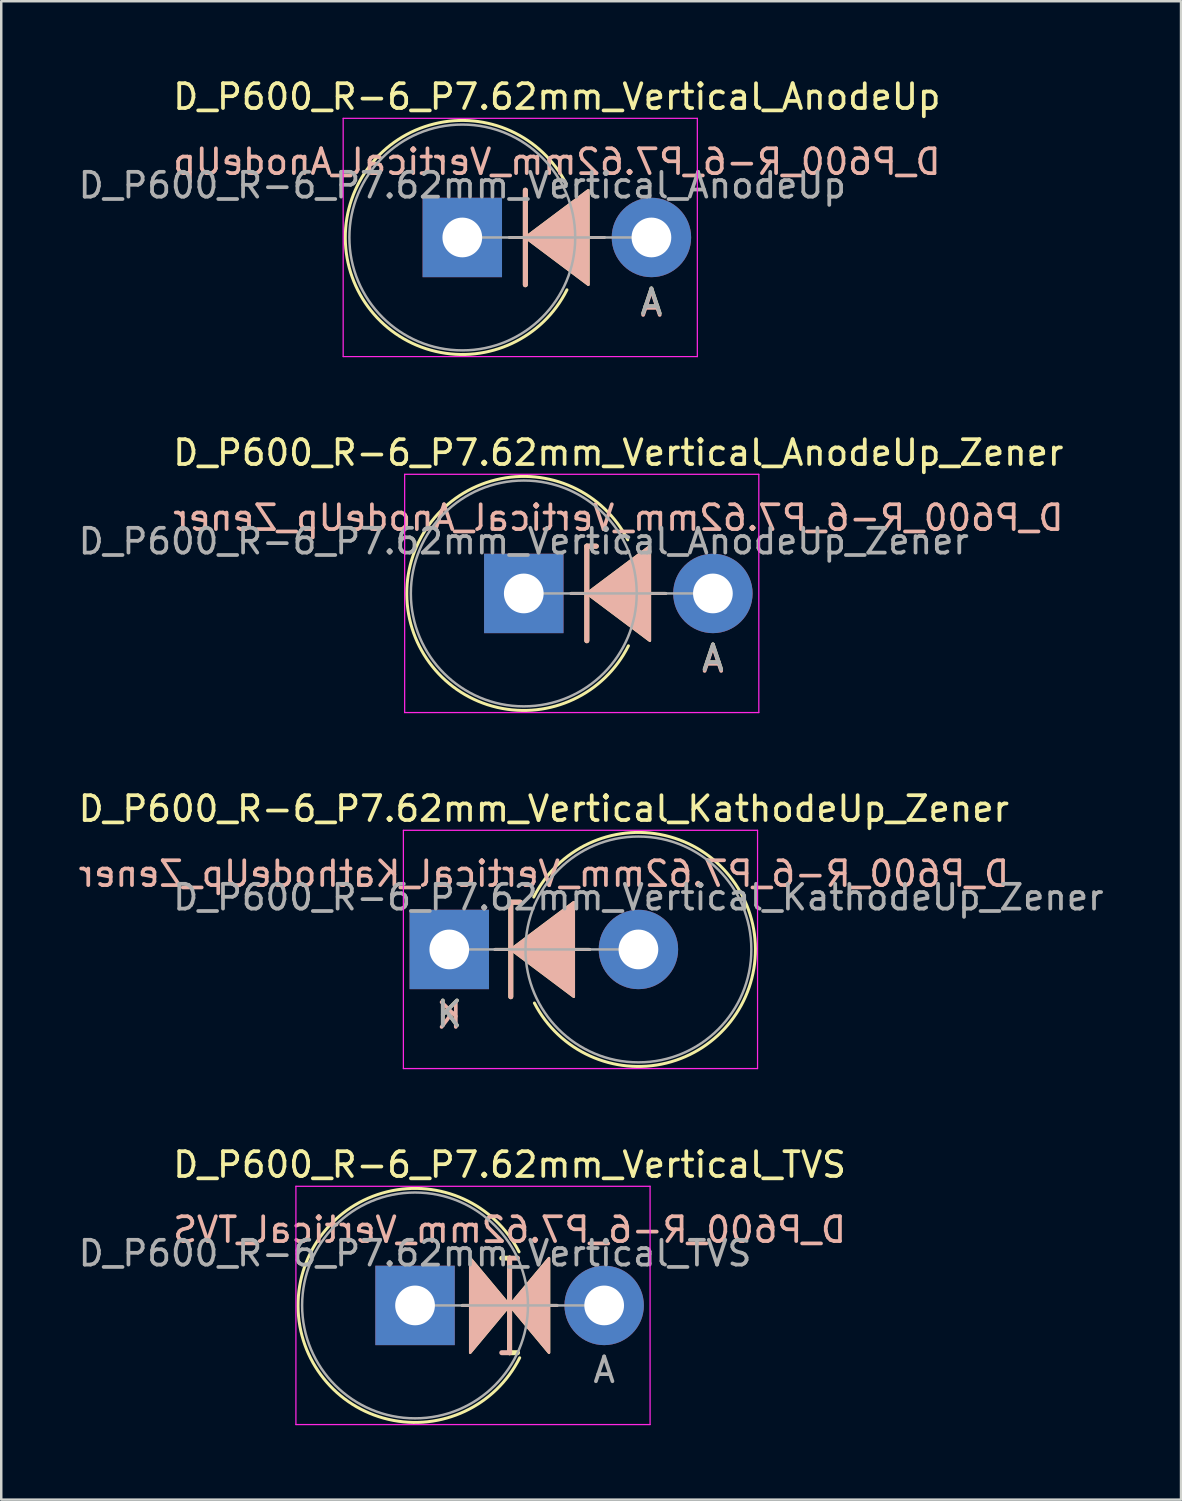
<source format=kicad_pcb>
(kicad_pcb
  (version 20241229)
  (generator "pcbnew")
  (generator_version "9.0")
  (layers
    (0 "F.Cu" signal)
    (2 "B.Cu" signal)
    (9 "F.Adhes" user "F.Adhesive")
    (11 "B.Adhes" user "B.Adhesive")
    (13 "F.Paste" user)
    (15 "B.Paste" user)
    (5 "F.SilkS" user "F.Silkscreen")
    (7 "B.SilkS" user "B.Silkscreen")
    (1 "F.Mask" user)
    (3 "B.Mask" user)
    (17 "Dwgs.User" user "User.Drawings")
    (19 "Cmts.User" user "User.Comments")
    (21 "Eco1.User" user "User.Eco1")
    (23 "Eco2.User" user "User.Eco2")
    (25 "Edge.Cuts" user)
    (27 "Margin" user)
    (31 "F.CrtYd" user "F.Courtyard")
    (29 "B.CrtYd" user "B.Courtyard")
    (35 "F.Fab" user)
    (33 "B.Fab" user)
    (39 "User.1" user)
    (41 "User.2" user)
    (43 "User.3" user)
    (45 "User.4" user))
  (footprint "D_P600_R-6_P7.62mm_Vertical_TVS"
    (layer "F.Cu")
    (at 13.673 49.548)
    (property "Reference" "D_P600_R-6_P7.62mm_Vertical_TVS" (at 3.81 -5.67 0) (layer "F.SilkS") (effects (font (size 1 1) (thickness 0.15))))
    (fp_line (start 1.905 0) (end 5.72 0) (stroke (width 0.12) (type solid)) (layer "F.SilkS"))
    (fp_line (start 3.493 -1.905) (end 3.81 -1.905) (stroke (width 0.2) (type solid)) (layer "F.SilkS"))
    (fp_line (start 3.81 -1.905) (end 3.81 1.905) (stroke (width 0.2) (type solid)) (layer "F.SilkS"))
    (fp_line (start 3.81 1.905) (end 4.128 1.905) (stroke (width 0.2) (type solid)) (layer "F.SilkS"))
    (fp_arc (start 4.216705 2.108353) (mid -4.714334 0.028398) (end 4.190999 -2.158999) (stroke (width 0.12) (type solid)) (layer "F.SilkS"))
    (fp_poly (pts (xy 2.223 -1.905) (xy 3.81 0) (xy 2.223 1.905)) (stroke (width 0.1) (type solid)) (fill yes) (layer "F.SilkS"))
    (fp_poly (pts (xy 5.397 1.905) (xy 3.81 0) (xy 5.397 -1.905)) (stroke (width 0.1) (type solid)) (fill yes) (layer "F.SilkS"))
    (fp_line (start 1.905 0) (end 5.72 0) (stroke (width 0.12) (type solid)) (layer "B.SilkS"))
    (fp_line (start 3.493 1.905) (end 3.81 1.905) (stroke (width 0.2) (type solid)) (layer "B.SilkS"))
    (fp_line (start 3.81 -1.905) (end 4.128 -1.905) (stroke (width 0.2) (type solid)) (layer "B.SilkS"))
    (fp_line (start 3.81 1.905) (end 3.81 -1.905) (stroke (width 0.2) (type solid)) (layer "B.SilkS"))
    (fp_poly (pts (xy 2.223 1.905) (xy 3.81 0) (xy 2.223 -1.905)) (stroke (width 0.1) (type solid)) (fill yes) (layer "B.SilkS"))
    (fp_poly (pts (xy 5.397 -1.905) (xy 3.81 0) (xy 5.397 1.905)) (stroke (width 0.1) (type solid)) (fill yes) (layer "B.SilkS"))
    (fp_line (start -4.8 -4.8) (end -4.8 4.8) (stroke (width 0.05) (type solid)) (layer "F.CrtYd"))
    (fp_line (start -4.8 4.8) (end 9.47 4.8) (stroke (width 0.05) (type solid)) (layer "F.CrtYd"))
    (fp_line (start 9.47 -4.8) (end -4.8 -4.8) (stroke (width 0.05) (type solid)) (layer "F.CrtYd"))
    (fp_line (start 9.47 4.8) (end 9.47 -4.8) (stroke (width 0.05) (type solid)) (layer "F.CrtYd"))
    (fp_line (start 0 0) (end 7.62 0) (stroke (width 0.1) (type solid)) (layer "F.Fab"))
    (fp_circle (center 0 0) (end 4.55 0) (stroke (width 0.1) (type solid)) (fill no) (layer "F.Fab"))
    (fp_text user "${REFERENCE}" (at 3.81 -3.048 0) (layer "B.SilkS") (effects (font (size 1 1) (thickness 0.15)) (justify mirror)))
    (fp_text user "A" (at 7.62 2.6 0) (layer "F.Fab") (effects (font (size 1 1) (thickness 0.15))))
    (fp_text user "${REFERENCE}" (at 0 -2.1 0) (layer "F.Fab") (effects (font (size 1 1) (thickness 0.15))))
    (pad "1" thru_hole rect (at 0 0) (size 3.2 3.2) (drill 1.6) (layers "*.Cu" "*.Mask"))
    (pad "2" thru_hole oval (at 7.62 0) (size 3.2 3.2) (drill 1.6) (layers "*.Cu" "*.Mask")))
  (footprint "D_P600_R-6_P7.62mm_Vertical_KathodeUp_Zener"
    (layer "F.Cu")
    (at 15.053 35.205)
    (property "Reference" "D_P600_R-6_P7.62mm_Vertical_KathodeUp_Zener" (at 3.81 -5.67 0) (layer "F.SilkS") (effects (font (size 1 1) (thickness 0.15))))
    (fp_line (start 1.841 0) (end 5.657 0) (stroke (width 0.12) (type solid)) (layer "F.SilkS"))
    (fp_line (start 2.477 -1.905) (end 2.477 1.905) (stroke (width 0.2) (type solid)) (layer "F.SilkS"))
    (fp_line (start 2.477 -1.905) (end 2.857 -1.905) (stroke (width 0.2) (type solid)) (layer "F.SilkS"))
    (fp_arc (start 3.403294 -2.108352) (mid 12.334333 -0.028397) (end 3.429 2.159) (stroke (width 0.12) (type solid)) (layer "F.SilkS"))
    (fp_poly (pts (xy 5.016 1.905) (xy 2.477 0) (xy 5.016 -1.905)) (stroke (width 0.1) (type solid)) (fill yes) (layer "F.SilkS"))
    (fp_line (start 1.841 0) (end 5.657 0) (stroke (width 0.12) (type solid)) (layer "B.SilkS"))
    (fp_line (start 2.477 -1.905) (end 2.857 -1.905) (stroke (width 0.2) (type solid)) (layer "B.SilkS"))
    (fp_line (start 2.477 1.905) (end 2.477 -1.905) (stroke (width 0.2) (type solid)) (layer "B.SilkS"))
    (fp_poly (pts (xy 5.016 -1.905) (xy 2.477 0) (xy 5.016 1.905)) (stroke (width 0.1) (type solid)) (fill yes) (layer "B.SilkS"))
    (fp_line (start -1.85 -4.8) (end -1.85 4.8) (stroke (width 0.05) (type solid)) (layer "F.CrtYd"))
    (fp_line (start -1.85 4.8) (end 12.42 4.8) (stroke (width 0.05) (type solid)) (layer "F.CrtYd"))
    (fp_line (start 12.42 -4.8) (end -1.85 -4.8) (stroke (width 0.05) (type solid)) (layer "F.CrtYd"))
    (fp_line (start 12.42 4.8) (end 12.42 -4.8) (stroke (width 0.05) (type solid)) (layer "F.CrtYd"))
    (fp_line (start 0 0) (end 7.62 0) (stroke (width 0.1) (type solid)) (layer "F.Fab"))
    (fp_circle (center 7.62 0) (end 12.17 0) (stroke (width 0.1) (type solid)) (fill no) (layer "F.Fab"))
    (fp_text user "K" (at 0 2.6 0) (layer "F.SilkS") (effects (font (size 1 1) (thickness 0.15))))
    (fp_text user "K" (at 0 2.667 0) (layer "B.SilkS") (effects (font (size 1 1) (thickness 0.15)) (justify mirror)))
    (fp_text user "${REFERENCE}" (at 3.81 -3.048 0) (layer "B.SilkS") (effects (font (size 1 1) (thickness 0.15)) (justify mirror)))
    (fp_text user "K" (at 0 2.6 0) (layer "F.Fab") (effects (font (size 1 1) (thickness 0.15))))
    (fp_text user "${REFERENCE}" (at 7.62 -2.1 0) (layer "F.Fab") (effects (font (size 1 1) (thickness 0.15))))
    (pad "1" thru_hole rect (at 0 0) (size 3.2 3.2) (drill 1.6) (layers "*.Cu" "*.Mask"))
    (pad "2" thru_hole oval (at 7.62 0) (size 3.2 3.2) (drill 1.6) (layers "*.Cu" "*.Mask")))
  (footprint "D_P600_R-6_P7.62mm_Vertical_AnodeUp"
    (layer "F.Cu")
    (at 15.577 6.518)
    (property "Reference" "D_P600_R-6_P7.62mm_Vertical_AnodeUp" (at 3.81 -5.67 0) (layer "F.SilkS") (effects (font (size 1 1) (thickness 0.15))))
    (fp_line (start 1.905 0) (end 5.72 0) (stroke (width 0.12) (type solid)) (layer "F.SilkS"))
    (fp_line (start 2.54 -1.905) (end 2.54 1.905) (stroke (width 0.2) (type solid)) (layer "F.SilkS"))
    (fp_arc (start 4.216705 2.108353) (mid -4.714334 0.028398) (end 4.190999 -2.158999) (stroke (width 0.12) (type solid)) (layer "F.SilkS"))
    (fp_poly (pts (xy 5.08 1.905) (xy 2.54 0) (xy 5.08 -1.905)) (stroke (width 0.1) (type solid)) (fill yes) (layer "F.SilkS"))
    (fp_line (start 1.905 0) (end 5.72 0) (stroke (width 0.12) (type solid)) (layer "B.SilkS"))
    (fp_line (start 2.54 1.905) (end 2.54 -1.905) (stroke (width 0.2) (type solid)) (layer "B.SilkS"))
    (fp_poly (pts (xy 5.08 -1.905) (xy 2.54 0) (xy 5.08 1.905)) (stroke (width 0.1) (type solid)) (fill yes) (layer "B.SilkS"))
    (fp_line (start -4.8 -4.8) (end -4.8 4.8) (stroke (width 0.05) (type solid)) (layer "F.CrtYd"))
    (fp_line (start -4.8 4.8) (end 9.47 4.8) (stroke (width 0.05) (type solid)) (layer "F.CrtYd"))
    (fp_line (start 9.47 -4.8) (end -4.8 -4.8) (stroke (width 0.05) (type solid)) (layer "F.CrtYd"))
    (fp_line (start 9.47 4.8) (end 9.47 -4.8) (stroke (width 0.05) (type solid)) (layer "F.CrtYd"))
    (fp_line (start 0 0) (end 7.62 0) (stroke (width 0.1) (type solid)) (layer "F.Fab"))
    (fp_circle (center 0 0) (end 4.55 0) (stroke (width 0.1) (type solid)) (fill no) (layer "F.Fab"))
    (fp_text user "A" (at 7.62 2.6 0) (layer "F.SilkS") (effects (font (size 1 1) (thickness 0.15))))
    (fp_text user "A" (at 7.62 2.667 0) (layer "B.SilkS") (effects (font (size 1 1) (thickness 0.15)) (justify mirror)))
    (fp_text user "${REFERENCE}" (at 3.81 -3.048 0) (layer "B.SilkS") (effects (font (size 1 1) (thickness 0.15)) (justify mirror)))
    (fp_text user "A" (at 7.62 2.6 0) (layer "F.Fab") (effects (font (size 1 1) (thickness 0.15))))
    (fp_text user "${REFERENCE}" (at 0 -2.1 0) (layer "F.Fab") (effects (font (size 1 1) (thickness 0.15))))
    (pad "1" thru_hole rect (at 0 0) (size 3.2 3.2) (drill 1.6) (layers "*.Cu" "*.Mask"))
    (pad "2" thru_hole oval (at 7.62 0) (size 3.2 3.2) (drill 1.6) (layers "*.Cu" "*.Mask")))
  (footprint "D_P600_R-6_P7.62mm_Vertical_AnodeUp_Zener"
    (layer "F.Cu")
    (at 18.054 20.861)
    (property "Reference" "D_P600_R-6_P7.62mm_Vertical_AnodeUp_Zener" (at 3.81 -5.67 0) (layer "F.SilkS") (effects (font (size 1 1) (thickness 0.15))))
    (fp_line (start 1.905 0) (end 5.72 0) (stroke (width 0.12) (type solid)) (layer "F.SilkS"))
    (fp_line (start 2.54 -1.905) (end 2.54 1.905) (stroke (width 0.2) (type solid)) (layer "F.SilkS"))
    (fp_line (start 2.54 -1.905) (end 2.921 -1.905) (stroke (width 0.2) (type solid)) (layer "F.SilkS"))
    (fp_arc (start 4.216705 2.108353) (mid -4.714334 0.028398) (end 4.190999 -2.158999) (stroke (width 0.12) (type solid)) (layer "F.SilkS"))
    (fp_poly (pts (xy 5.08 1.905) (xy 2.54 0) (xy 5.08 -1.905)) (stroke (width 0.1) (type solid)) (fill yes) (layer "F.SilkS"))
    (fp_line (start 1.905 0) (end 5.72 0) (stroke (width 0.12) (type solid)) (layer "B.SilkS"))
    (fp_line (start 2.54 -1.905) (end 2.921 -1.905) (stroke (width 0.2) (type solid)) (layer "B.SilkS"))
    (fp_line (start 2.54 1.905) (end 2.54 -1.905) (stroke (width 0.2) (type solid)) (layer "B.SilkS"))
    (fp_poly (pts (xy 5.08 -1.905) (xy 2.54 0) (xy 5.08 1.905)) (stroke (width 0.1) (type solid)) (fill yes) (layer "B.SilkS"))
    (fp_line (start -4.8 -4.8) (end -4.8 4.8) (stroke (width 0.05) (type solid)) (layer "F.CrtYd"))
    (fp_line (start -4.8 4.8) (end 9.47 4.8) (stroke (width 0.05) (type solid)) (layer "F.CrtYd"))
    (fp_line (start 9.47 -4.8) (end -4.8 -4.8) (stroke (width 0.05) (type solid)) (layer "F.CrtYd"))
    (fp_line (start 9.47 4.8) (end 9.47 -4.8) (stroke (width 0.05) (type solid)) (layer "F.CrtYd"))
    (fp_line (start 0 0) (end 7.62 0) (stroke (width 0.1) (type solid)) (layer "F.Fab"))
    (fp_circle (center 0 0) (end 4.55 0) (stroke (width 0.1) (type solid)) (fill no) (layer "F.Fab"))
    (fp_text user "A" (at 7.62 2.6 0) (layer "F.SilkS") (effects (font (size 1 1) (thickness 0.15))))
    (fp_text user "${REFERENCE}" (at 3.81 -3.048 0) (layer "B.SilkS") (effects (font (size 1 1) (thickness 0.15)) (justify mirror)))
    (fp_text user "A" (at 7.62 2.667 0) (layer "B.SilkS") (effects (font (size 1 1) (thickness 0.15)) (justify mirror)))
    (fp_text user "A" (at 7.62 2.6 0) (layer "F.Fab") (effects (font (size 1 1) (thickness 0.15))))
    (fp_text user "${REFERENCE}" (at 0 -2.1 0) (layer "F.Fab") (effects (font (size 1 1) (thickness 0.15))))
    (pad "1" thru_hole rect (at 0 0) (size 3.2 3.2) (drill 1.6) (layers "*.Cu" "*.Mask"))
    (pad "2" thru_hole oval (at 7.62 0) (size 3.2 3.2) (drill 1.6) (layers "*.Cu" "*.Mask")))
  (gr_rect
    (start -3 -3)
    (end 44.536 57.373)
    (stroke (width 0.1) (type default))
    (fill no)
    (layer "Edge.Cuts")))
</source>
